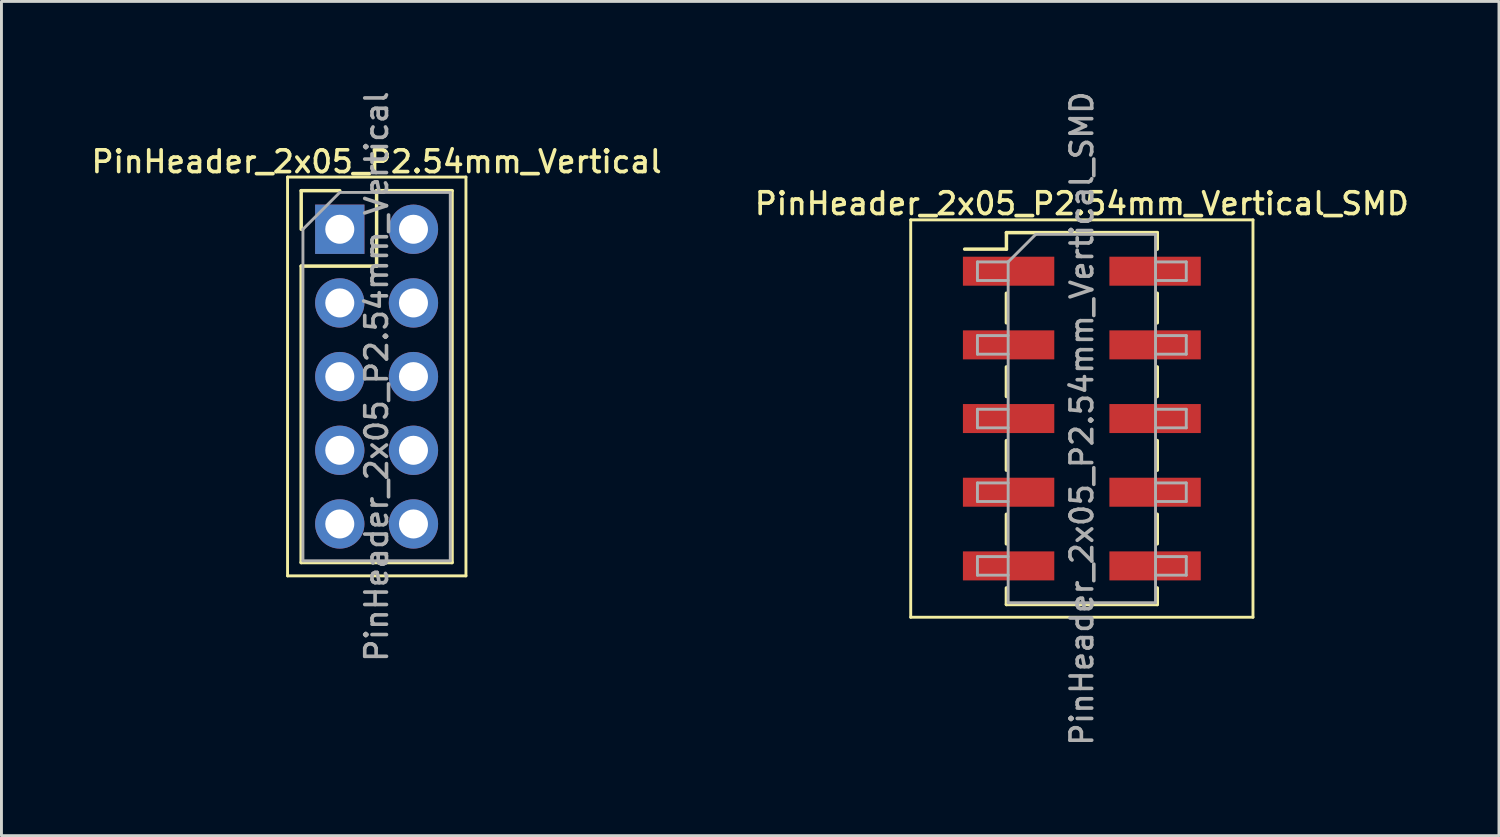
<source format=kicad_pcb>
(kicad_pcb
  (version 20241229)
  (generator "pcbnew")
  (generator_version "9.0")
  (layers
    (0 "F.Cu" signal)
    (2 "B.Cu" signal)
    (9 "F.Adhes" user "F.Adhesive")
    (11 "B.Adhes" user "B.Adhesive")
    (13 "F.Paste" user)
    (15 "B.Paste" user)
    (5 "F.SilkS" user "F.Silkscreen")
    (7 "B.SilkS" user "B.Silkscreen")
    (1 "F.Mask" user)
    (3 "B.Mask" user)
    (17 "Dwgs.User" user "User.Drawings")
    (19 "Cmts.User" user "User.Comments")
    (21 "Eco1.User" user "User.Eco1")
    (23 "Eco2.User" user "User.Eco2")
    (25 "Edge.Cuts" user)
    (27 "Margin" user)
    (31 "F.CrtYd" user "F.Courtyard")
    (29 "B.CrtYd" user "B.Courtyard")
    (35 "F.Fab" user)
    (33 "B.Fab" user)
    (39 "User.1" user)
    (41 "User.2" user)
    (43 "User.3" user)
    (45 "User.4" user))
  (footprint "PinHeader_2x05_P2.54mm_Vertical_SMD"
    (layer "F.Cu")
    (at 34.248 11.38)
    (property "Reference" "PinHeader_2x05_P2.54mm_Vertical_SMD" (at 0 -7.41 0) (layer "F.SilkS") (effects (font (size 0.75 0.75) (thickness 0.125))))
    (attr smd)
    (fp_line (start -5.9 -6.85) (end -5.9 6.85) (stroke (width 0.1) (type solid)) (layer "F.SilkS"))
    (fp_line (start -5.9 6.85) (end 5.9 6.85) (stroke (width 0.1) (type solid)) (layer "F.SilkS"))
    (fp_line (start -4.04 -5.84) (end -2.6 -5.84) (stroke (width 0.12) (type solid)) (layer "F.SilkS"))
    (fp_line (start -2.6 -6.41) (end -2.6 -5.84) (stroke (width 0.12) (type solid)) (layer "F.SilkS"))
    (fp_line (start -2.6 -6.41) (end 2.6 -6.41) (stroke (width 0.12) (type solid)) (layer "F.SilkS"))
    (fp_line (start -2.6 -4.32) (end -2.6 -3.3) (stroke (width 0.12) (type solid)) (layer "F.SilkS"))
    (fp_line (start -2.6 -1.78) (end -2.6 -0.76) (stroke (width 0.12) (type solid)) (layer "F.SilkS"))
    (fp_line (start -2.6 0.76) (end -2.6 1.78) (stroke (width 0.12) (type solid)) (layer "F.SilkS"))
    (fp_line (start -2.6 3.3) (end -2.6 4.32) (stroke (width 0.12) (type solid)) (layer "F.SilkS"))
    (fp_line (start -2.6 5.84) (end -2.6 6.41) (stroke (width 0.12) (type solid)) (layer "F.SilkS"))
    (fp_line (start -2.6 6.41) (end 2.6 6.41) (stroke (width 0.12) (type solid)) (layer "F.SilkS"))
    (fp_line (start 2.6 -6.41) (end 2.6 -5.84) (stroke (width 0.12) (type solid)) (layer "F.SilkS"))
    (fp_line (start 2.6 -4.32) (end 2.6 -3.3) (stroke (width 0.12) (type solid)) (layer "F.SilkS"))
    (fp_line (start 2.6 -1.78) (end 2.6 -0.76) (stroke (width 0.12) (type solid)) (layer "F.SilkS"))
    (fp_line (start 2.6 0.76) (end 2.6 1.78) (stroke (width 0.12) (type solid)) (layer "F.SilkS"))
    (fp_line (start 2.6 3.3) (end 2.6 4.32) (stroke (width 0.12) (type solid)) (layer "F.SilkS"))
    (fp_line (start 2.6 5.84) (end 2.6 6.41) (stroke (width 0.12) (type solid)) (layer "F.SilkS"))
    (fp_line (start 5.9 -6.85) (end -5.9 -6.85) (stroke (width 0.1) (type solid)) (layer "F.SilkS"))
    (fp_line (start 5.9 6.85) (end 5.9 -6.85) (stroke (width 0.1) (type solid)) (layer "F.SilkS"))
    (fp_line (start -3.6 -5.4) (end -3.6 -4.76) (stroke (width 0.1) (type solid)) (layer "F.Fab"))
    (fp_line (start -3.6 -4.76) (end -2.54 -4.76) (stroke (width 0.1) (type solid)) (layer "F.Fab"))
    (fp_line (start -3.6 -2.86) (end -3.6 -2.22) (stroke (width 0.1) (type solid)) (layer "F.Fab"))
    (fp_line (start -3.6 -2.22) (end -2.54 -2.22) (stroke (width 0.1) (type solid)) (layer "F.Fab"))
    (fp_line (start -3.6 -0.32) (end -3.6 0.32) (stroke (width 0.1) (type solid)) (layer "F.Fab"))
    (fp_line (start -3.6 0.32) (end -2.54 0.32) (stroke (width 0.1) (type solid)) (layer "F.Fab"))
    (fp_line (start -3.6 2.22) (end -3.6 2.86) (stroke (width 0.1) (type solid)) (layer "F.Fab"))
    (fp_line (start -3.6 2.86) (end -2.54 2.86) (stroke (width 0.1) (type solid)) (layer "F.Fab"))
    (fp_line (start -3.6 4.76) (end -3.6 5.4) (stroke (width 0.1) (type solid)) (layer "F.Fab"))
    (fp_line (start -3.6 5.4) (end -2.54 5.4) (stroke (width 0.1) (type solid)) (layer "F.Fab"))
    (fp_line (start -2.54 -5.4) (end -3.6 -5.4) (stroke (width 0.1) (type solid)) (layer "F.Fab"))
    (fp_line (start -2.54 -5.4) (end -1.59 -6.35) (stroke (width 0.1) (type solid)) (layer "F.Fab"))
    (fp_line (start -2.54 -2.86) (end -3.6 -2.86) (stroke (width 0.1) (type solid)) (layer "F.Fab"))
    (fp_line (start -2.54 -0.32) (end -3.6 -0.32) (stroke (width 0.1) (type solid)) (layer "F.Fab"))
    (fp_line (start -2.54 2.22) (end -3.6 2.22) (stroke (width 0.1) (type solid)) (layer "F.Fab"))
    (fp_line (start -2.54 4.76) (end -3.6 4.76) (stroke (width 0.1) (type solid)) (layer "F.Fab"))
    (fp_line (start -2.54 6.35) (end -2.54 -5.4) (stroke (width 0.1) (type solid)) (layer "F.Fab"))
    (fp_line (start -1.59 -6.35) (end 2.54 -6.35) (stroke (width 0.1) (type solid)) (layer "F.Fab"))
    (fp_line (start 2.54 -6.35) (end 2.54 6.35) (stroke (width 0.1) (type solid)) (layer "F.Fab"))
    (fp_line (start 2.54 -5.4) (end 3.6 -5.4) (stroke (width 0.1) (type solid)) (layer "F.Fab"))
    (fp_line (start 2.54 -2.86) (end 3.6 -2.86) (stroke (width 0.1) (type solid)) (layer "F.Fab"))
    (fp_line (start 2.54 -0.32) (end 3.6 -0.32) (stroke (width 0.1) (type solid)) (layer "F.Fab"))
    (fp_line (start 2.54 2.22) (end 3.6 2.22) (stroke (width 0.1) (type solid)) (layer "F.Fab"))
    (fp_line (start 2.54 4.76) (end 3.6 4.76) (stroke (width 0.1) (type solid)) (layer "F.Fab"))
    (fp_line (start 2.54 6.35) (end -2.54 6.35) (stroke (width 0.1) (type solid)) (layer "F.Fab"))
    (fp_line (start 3.6 -5.4) (end 3.6 -4.76) (stroke (width 0.1) (type solid)) (layer "F.Fab"))
    (fp_line (start 3.6 -4.76) (end 2.54 -4.76) (stroke (width 0.1) (type solid)) (layer "F.Fab"))
    (fp_line (start 3.6 -2.86) (end 3.6 -2.22) (stroke (width 0.1) (type solid)) (layer "F.Fab"))
    (fp_line (start 3.6 -2.22) (end 2.54 -2.22) (stroke (width 0.1) (type solid)) (layer "F.Fab"))
    (fp_line (start 3.6 -0.32) (end 3.6 0.32) (stroke (width 0.1) (type solid)) (layer "F.Fab"))
    (fp_line (start 3.6 0.32) (end 2.54 0.32) (stroke (width 0.1) (type solid)) (layer "F.Fab"))
    (fp_line (start 3.6 2.22) (end 3.6 2.86) (stroke (width 0.1) (type solid)) (layer "F.Fab"))
    (fp_line (start 3.6 2.86) (end 2.54 2.86) (stroke (width 0.1) (type solid)) (layer "F.Fab"))
    (fp_line (start 3.6 4.76) (end 3.6 5.4) (stroke (width 0.1) (type solid)) (layer "F.Fab"))
    (fp_line (start 3.6 5.4) (end 2.54 5.4) (stroke (width 0.1) (type solid)) (layer "F.Fab"))
    (fp_text user "${REFERENCE}" (at 0 0 90) (layer "F.Fab") (effects (font (size 0.75 0.75) (thickness 0.125))))
    (pad "1" smd rect (at -2.525 -5.08) (size 3.15 1) (layers "F.Cu" "F.Mask" "F.Paste"))
    (pad "2" smd rect (at 2.525 -5.08) (size 3.15 1) (layers "F.Cu" "F.Mask" "F.Paste"))
    (pad "3" smd rect (at -2.525 -2.54) (size 3.15 1) (layers "F.Cu" "F.Mask" "F.Paste"))
    (pad "4" smd rect (at 2.525 -2.54) (size 3.15 1) (layers "F.Cu" "F.Mask" "F.Paste"))
    (pad "5" smd rect (at -2.525 0) (size 3.15 1) (layers "F.Cu" "F.Mask" "F.Paste"))
    (pad "6" smd rect (at 2.525 0) (size 3.15 1) (layers "F.Cu" "F.Mask" "F.Paste"))
    (pad "7" smd rect (at -2.525 2.54) (size 3.15 1) (layers "F.Cu" "F.Mask" "F.Paste"))
    (pad "8" smd rect (at 2.525 2.54) (size 3.15 1) (layers "F.Cu" "F.Mask" "F.Paste"))
    (pad "9" smd rect (at -2.525 5.08) (size 3.15 1) (layers "F.Cu" "F.Mask" "F.Paste"))
    (pad "10" smd rect (at 2.525 5.08) (size 3.15 1) (layers "F.Cu" "F.Mask" "F.Paste")))
  (footprint "PinHeader_2x05_P2.54mm_Vertical"
    (layer "F.Cu")
    (at 8.664 4.854)
    (property "Reference" "PinHeader_2x05_P2.54mm_Vertical" (at 1.27 -2.33 0) (layer "F.SilkS") (effects (font (size 0.75 0.75) (thickness 0.125))))
    (attr through_hole)
    (fp_line (start -1.8 -1.8) (end -1.8 11.95) (stroke (width 0.1) (type solid)) (layer "F.SilkS"))
    (fp_line (start -1.8 11.95) (end 4.35 11.95) (stroke (width 0.1) (type solid)) (layer "F.SilkS"))
    (fp_line (start -1.33 -1.33) (end 0 -1.33) (stroke (width 0.12) (type solid)) (layer "F.SilkS"))
    (fp_line (start -1.33 0) (end -1.33 -1.33) (stroke (width 0.12) (type solid)) (layer "F.SilkS"))
    (fp_line (start -1.33 1.27) (end -1.33 11.49) (stroke (width 0.12) (type solid)) (layer "F.SilkS"))
    (fp_line (start -1.33 1.27) (end 1.27 1.27) (stroke (width 0.12) (type solid)) (layer "F.SilkS"))
    (fp_line (start -1.33 11.49) (end 3.87 11.49) (stroke (width 0.12) (type solid)) (layer "F.SilkS"))
    (fp_line (start 1.27 -1.33) (end 3.87 -1.33) (stroke (width 0.12) (type solid)) (layer "F.SilkS"))
    (fp_line (start 1.27 1.27) (end 1.27 -1.33) (stroke (width 0.12) (type solid)) (layer "F.SilkS"))
    (fp_line (start 3.87 -1.33) (end 3.87 11.49) (stroke (width 0.12) (type solid)) (layer "F.SilkS"))
    (fp_line (start 4.35 -1.8) (end -1.8 -1.8) (stroke (width 0.1) (type solid)) (layer "F.SilkS"))
    (fp_line (start 4.35 11.95) (end 4.35 -1.8) (stroke (width 0.1) (type solid)) (layer "F.SilkS"))
    (fp_line (start -1.27 0) (end 0 -1.27) (stroke (width 0.1) (type solid)) (layer "F.Fab"))
    (fp_line (start -1.27 11.43) (end -1.27 0) (stroke (width 0.1) (type solid)) (layer "F.Fab"))
    (fp_line (start 0 -1.27) (end 3.81 -1.27) (stroke (width 0.1) (type solid)) (layer "F.Fab"))
    (fp_line (start 3.81 -1.27) (end 3.81 11.43) (stroke (width 0.1) (type solid)) (layer "F.Fab"))
    (fp_line (start 3.81 11.43) (end -1.27 11.43) (stroke (width 0.1) (type solid)) (layer "F.Fab"))
    (fp_text user "${REFERENCE}" (at 1.27 5.08 90) (layer "F.Fab") (effects (font (size 0.75 0.75) (thickness 0.125))))
    (pad "1" thru_hole rect (at 0 0) (size 1.7 1.7) (drill 1) (layers "*.Cu" "*.Mask"))
    (pad "2" thru_hole oval (at 2.54 0) (size 1.7 1.7) (drill 1) (layers "*.Cu" "*.Mask"))
    (pad "3" thru_hole oval (at 0 2.54) (size 1.7 1.7) (drill 1) (layers "*.Cu" "*.Mask"))
    (pad "4" thru_hole oval (at 2.54 2.54) (size 1.7 1.7) (drill 1) (layers "*.Cu" "*.Mask"))
    (pad "5" thru_hole oval (at 0 5.08) (size 1.7 1.7) (drill 1) (layers "*.Cu" "*.Mask"))
    (pad "6" thru_hole oval (at 2.54 5.08) (size 1.7 1.7) (drill 1) (layers "*.Cu" "*.Mask"))
    (pad "7" thru_hole oval (at 0 7.62) (size 1.7 1.7) (drill 1) (layers "*.Cu" "*.Mask"))
    (pad "8" thru_hole oval (at 2.54 7.62) (size 1.7 1.7) (drill 1) (layers "*.Cu" "*.Mask"))
    (pad "9" thru_hole oval (at 0 10.16) (size 1.7 1.7) (drill 1) (layers "*.Cu" "*.Mask"))
    (pad "10" thru_hole oval (at 2.54 10.16) (size 1.7 1.7) (drill 1) (layers "*.Cu" "*.Mask")))
  (gr_rect
    (start -3 -3)
    (end 48.629 25.761)
    (stroke (width 0.1) (type default))
    (fill no)
    (layer "Edge.Cuts")))
</source>
